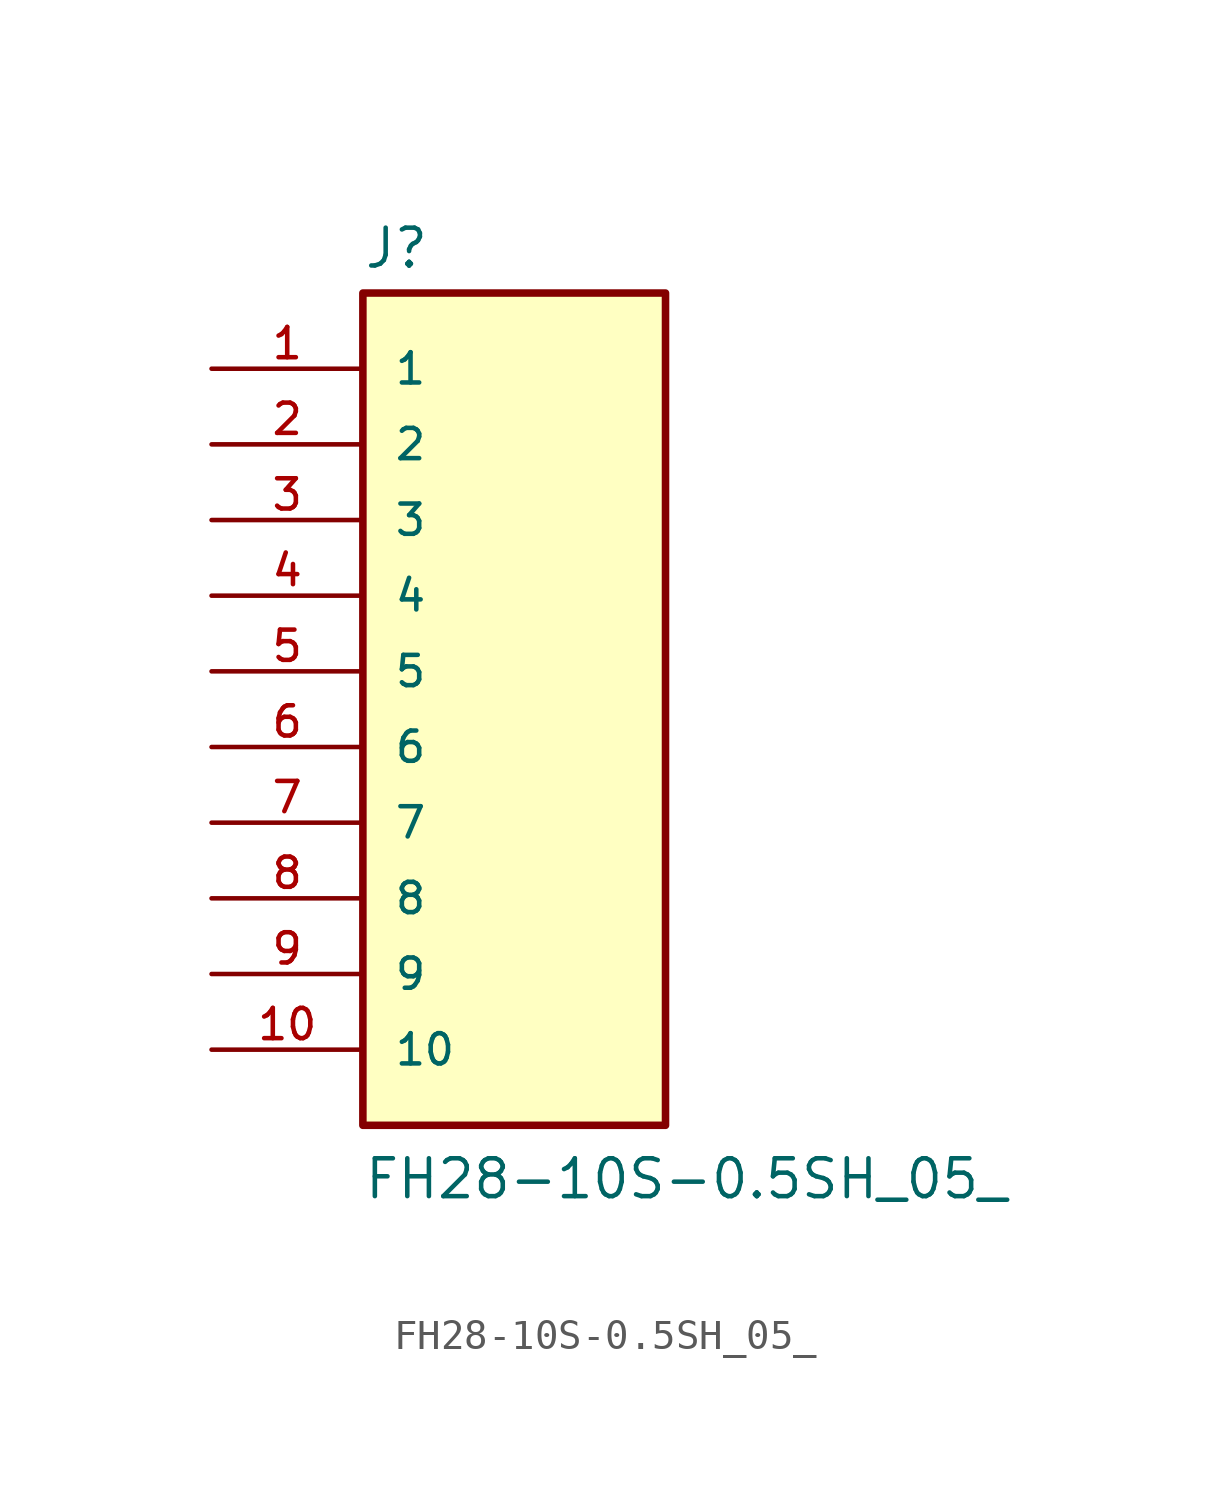
<source format=kicad_sym>
(kicad_symbol_lib
  (version 20211014)
  (generator kicad_symbol_editor)
  (symbol "FH28-10S-0.5SH_05_"
    (pin_names
      (offset 1.016))
    (property "Reference" "J"
      (at -5.08 13.462 0)
      (effects (font (size 1.27 1.27)) (justify bottom left)))
    (property "Value" "FH28-10S-0.5SH_05_"
      (at -5.08 -17.78 0)
      (effects (font (size 1.27 1.27)) (justify bottom left)))
    (symbol "FH28-10S-0.5SH_05__0_0"
      (rectangle (start -5.08 -15.24) (end 5.08 12.7) (stroke (width 0.254)) (fill (type background)))
      (pin passive line (at -10.16 10.16 0) (length 5.08) (name "1" (effects (font (size 1.016 1.016)))) (number "1" (effects (font (size 1.016 1.016)))))
      (pin passive line (at -10.16 7.62 0) (length 5.08) (name "2" (effects (font (size 1.016 1.016)))) (number "2" (effects (font (size 1.016 1.016)))))
      (pin passive line (at -10.16 5.08 0) (length 5.08) (name "3" (effects (font (size 1.016 1.016)))) (number "3" (effects (font (size 1.016 1.016)))))
      (pin passive line (at -10.16 2.54 0) (length 5.08) (name "4" (effects (font (size 1.016 1.016)))) (number "4" (effects (font (size 1.016 1.016)))))
      (pin passive line (at -10.16 0.0 0) (length 5.08) (name "5" (effects (font (size 1.016 1.016)))) (number "5" (effects (font (size 1.016 1.016)))))
      (pin passive line (at -10.16 -2.54 0) (length 5.08) (name "6" (effects (font (size 1.016 1.016)))) (number "6" (effects (font (size 1.016 1.016)))))
      (pin passive line (at -10.16 -5.08 0) (length 5.08) (name "7" (effects (font (size 1.016 1.016)))) (number "7" (effects (font (size 1.016 1.016)))))
      (pin passive line (at -10.16 -7.62 0) (length 5.08) (name "8" (effects (font (size 1.016 1.016)))) (number "8" (effects (font (size 1.016 1.016)))))
      (pin passive line (at -10.16 -10.16 0) (length 5.08) (name "9" (effects (font (size 1.016 1.016)))) (number "9" (effects (font (size 1.016 1.016)))))
      (pin passive line (at -10.16 -12.7 0) (length 5.08) (name "10" (effects (font (size 1.016 1.016)))) (number "10" (effects (font (size 1.016 1.016))))))))
</source>
